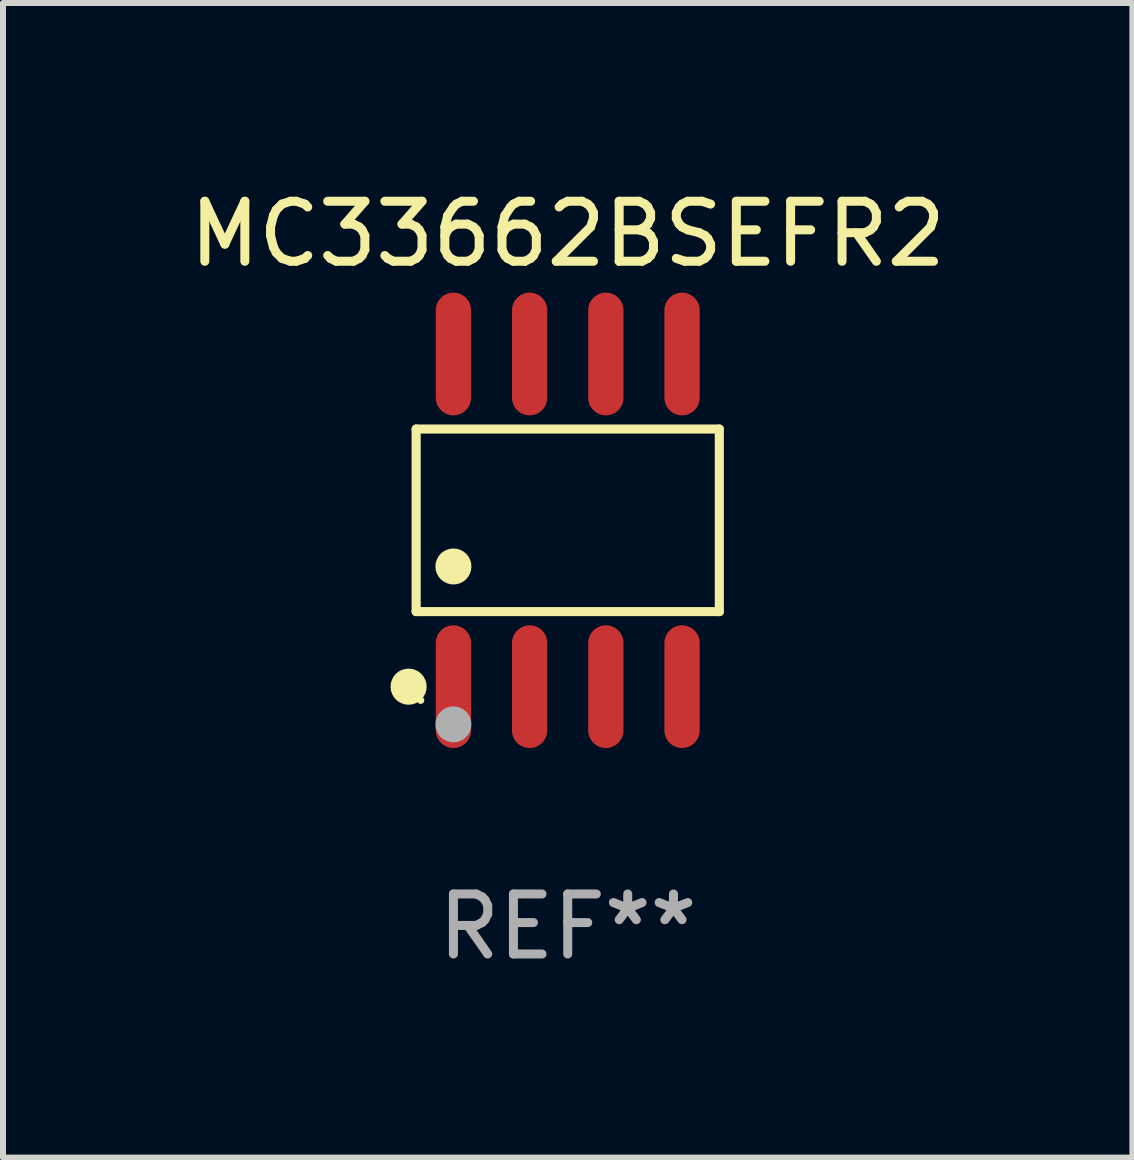
<source format=kicad_pcb>
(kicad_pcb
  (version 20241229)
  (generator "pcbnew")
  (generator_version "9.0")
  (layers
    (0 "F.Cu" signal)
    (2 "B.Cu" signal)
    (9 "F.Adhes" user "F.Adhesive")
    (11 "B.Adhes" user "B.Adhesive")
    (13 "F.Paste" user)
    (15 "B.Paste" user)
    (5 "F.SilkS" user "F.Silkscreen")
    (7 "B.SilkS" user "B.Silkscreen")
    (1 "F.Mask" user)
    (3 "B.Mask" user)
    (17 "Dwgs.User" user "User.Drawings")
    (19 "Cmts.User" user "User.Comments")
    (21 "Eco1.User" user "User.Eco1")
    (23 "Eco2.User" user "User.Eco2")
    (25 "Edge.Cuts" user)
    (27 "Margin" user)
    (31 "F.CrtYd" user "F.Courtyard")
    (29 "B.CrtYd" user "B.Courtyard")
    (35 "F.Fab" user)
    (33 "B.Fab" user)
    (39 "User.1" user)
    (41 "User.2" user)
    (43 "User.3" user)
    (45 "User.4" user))
  (footprint "MC33662BSEFR2"
    (layer "F.Cu")
    (at 6.411 5.621)
    (property "Reference" "MC33662BSEFR2" (at 0 -4.772 0) (layer "F.SilkS") (effects (font (size 1 1) (thickness 0.15))))
    (attr through_hole)
    (fp_line (start -2.526 -1.521) (end 2.526 -1.521) (stroke (width 0.152) (type solid)) (layer "F.SilkS"))
    (fp_line (start -2.526 1.521) (end -2.526 -1.521) (stroke (width 0.152) (type solid)) (layer "F.SilkS"))
    (fp_line (start 2.526 -1.521) (end 2.526 1.521) (stroke (width 0.152) (type solid)) (layer "F.SilkS"))
    (fp_line (start 2.526 1.521) (end -2.526 1.521) (stroke (width 0.152) (type solid)) (layer "F.SilkS"))
    (fp_circle (center -2.652 2.772) (end -2.501 2.772) (stroke (width 0.3) (type solid)) (fill no) (layer "F.SilkS"))
    (fp_circle (center -2.45 3) (end -2.42 3) (stroke (width 0.06) (type solid)) (fill no) (layer "F.SilkS"))
    (fp_circle (center -1.905 0.769) (end -1.755 0.769) (stroke (width 0.3) (type solid)) (fill no) (layer "F.SilkS"))
    (fp_circle (center -1.905 3.4) (end -1.755 3.4) (stroke (width 0.3) (type solid)) (fill no) (layer "F.Fab"))
    (fp_text user "REF**" (at 0 6.772 0) (layer "F.Fab") (effects (font (size 1 1) (thickness 0.15))))
    (pad "1" smd oval (at -1.905 2.772) (size 0.588 2.045) (layers "F.Cu" "F.Mask" "F.Paste"))
    (pad "2" smd oval (at -0.635 2.772) (size 0.588 2.045) (layers "F.Cu" "F.Mask" "F.Paste"))
    (pad "3" smd oval (at 0.635 2.772) (size 0.588 2.045) (layers "F.Cu" "F.Mask" "F.Paste"))
    (pad "4" smd oval (at 1.905 2.772) (size 0.588 2.045) (layers "F.Cu" "F.Mask" "F.Paste"))
    (pad "5" smd oval (at 1.905 -2.772) (size 0.588 2.045) (layers "F.Cu" "F.Mask" "F.Paste"))
    (pad "6" smd oval (at 0.635 -2.772) (size 0.588 2.045) (layers "F.Cu" "F.Mask" "F.Paste"))
    (pad "7" smd oval (at -0.635 -2.772) (size 0.588 2.045) (layers "F.Cu" "F.Mask" "F.Paste"))
    (pad "8" smd oval (at -1.905 -2.772) (size 0.588 2.045) (layers "F.Cu" "F.Mask" "F.Paste")))
  (gr_rect
    (start -3 -3)
    (end 15.821 16.241)
    (stroke (width 0.1) (type default))
    (fill no)
    (layer "Edge.Cuts")))
</source>
